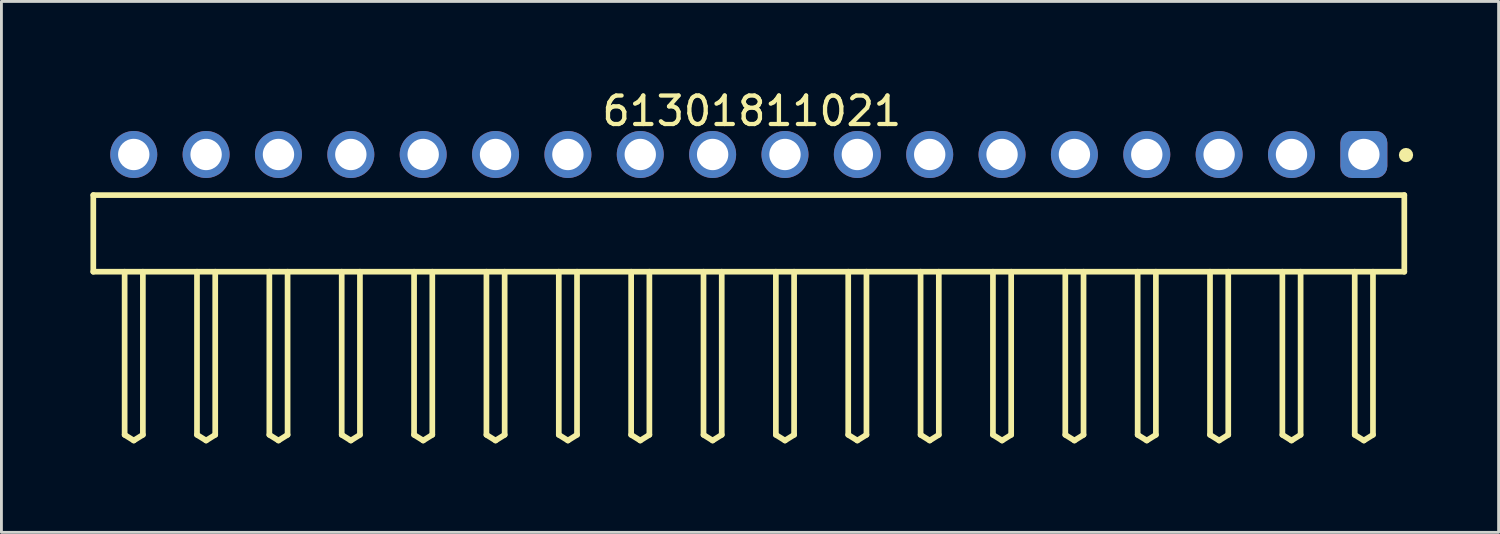
<source format=kicad_pcb>
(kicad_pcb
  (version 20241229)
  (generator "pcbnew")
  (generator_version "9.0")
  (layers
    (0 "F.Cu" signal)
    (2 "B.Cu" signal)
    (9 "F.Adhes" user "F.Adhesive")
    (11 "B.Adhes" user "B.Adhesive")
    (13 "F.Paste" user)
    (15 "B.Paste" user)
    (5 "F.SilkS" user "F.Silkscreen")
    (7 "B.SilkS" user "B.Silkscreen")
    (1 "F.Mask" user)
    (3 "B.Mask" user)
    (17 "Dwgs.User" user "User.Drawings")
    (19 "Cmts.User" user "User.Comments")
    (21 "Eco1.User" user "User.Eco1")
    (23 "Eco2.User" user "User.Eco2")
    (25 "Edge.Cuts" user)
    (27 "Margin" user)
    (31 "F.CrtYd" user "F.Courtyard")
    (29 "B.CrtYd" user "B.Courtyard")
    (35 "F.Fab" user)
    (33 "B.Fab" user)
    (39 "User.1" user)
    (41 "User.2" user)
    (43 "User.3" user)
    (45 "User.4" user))
  (footprint "61301811021"
    (layer "F.Cu")
    (at 23.235 5.143)
    (property "Reference" "61301811021" (at 0.105 -4.295 0) (layer "F.SilkS") (effects (font (size 1 1) (thickness 0.15))))
    (fp_line (start -23.01 -1.345) (end 23.01 -1.345) (stroke (width 0.2) (type solid)) (layer "F.SilkS"))
    (fp_line (start -23.01 1.345) (end -23.01 -1.345) (stroke (width 0.2) (type solid)) (layer "F.SilkS"))
    (fp_line (start -23.01 1.345) (end 23.01 1.345) (stroke (width 0.2) (type solid)) (layer "F.SilkS"))
    (fp_line (start -21.91 7.07) (end -21.91 1.345) (stroke (width 0.2) (type solid)) (layer "F.SilkS"))
    (fp_line (start -21.91 7.07) (end -21.59 7.27) (stroke (width 0.2) (type solid)) (layer "F.SilkS"))
    (fp_line (start -21.59 7.27) (end -21.27 7.07) (stroke (width 0.2) (type solid)) (layer "F.SilkS"))
    (fp_line (start -21.27 7.07) (end -21.27 1.345) (stroke (width 0.2) (type solid)) (layer "F.SilkS"))
    (fp_line (start -19.37 7.07) (end -19.37 1.345) (stroke (width 0.2) (type solid)) (layer "F.SilkS"))
    (fp_line (start -19.37 7.07) (end -19.05 7.27) (stroke (width 0.2) (type solid)) (layer "F.SilkS"))
    (fp_line (start -19.05 7.27) (end -18.73 7.07) (stroke (width 0.2) (type solid)) (layer "F.SilkS"))
    (fp_line (start -18.73 7.07) (end -18.73 1.345) (stroke (width 0.2) (type solid)) (layer "F.SilkS"))
    (fp_line (start -16.83 7.07) (end -16.83 1.345) (stroke (width 0.2) (type solid)) (layer "F.SilkS"))
    (fp_line (start -16.83 7.07) (end -16.51 7.27) (stroke (width 0.2) (type solid)) (layer "F.SilkS"))
    (fp_line (start -16.51 7.27) (end -16.19 7.07) (stroke (width 0.2) (type solid)) (layer "F.SilkS"))
    (fp_line (start -16.19 7.07) (end -16.19 1.345) (stroke (width 0.2) (type solid)) (layer "F.SilkS"))
    (fp_line (start -14.29 7.07) (end -14.29 1.345) (stroke (width 0.2) (type solid)) (layer "F.SilkS"))
    (fp_line (start -14.29 7.07) (end -13.97 7.27) (stroke (width 0.2) (type solid)) (layer "F.SilkS"))
    (fp_line (start -13.97 7.27) (end -13.65 7.07) (stroke (width 0.2) (type solid)) (layer "F.SilkS"))
    (fp_line (start -13.65 7.07) (end -13.65 1.345) (stroke (width 0.2) (type solid)) (layer "F.SilkS"))
    (fp_line (start -11.75 7.07) (end -11.75 1.345) (stroke (width 0.2) (type solid)) (layer "F.SilkS"))
    (fp_line (start -11.75 7.07) (end -11.43 7.27) (stroke (width 0.2) (type solid)) (layer "F.SilkS"))
    (fp_line (start -11.43 7.27) (end -11.11 7.07) (stroke (width 0.2) (type solid)) (layer "F.SilkS"))
    (fp_line (start -11.11 7.07) (end -11.11 1.345) (stroke (width 0.2) (type solid)) (layer "F.SilkS"))
    (fp_line (start -9.21 7.07) (end -9.21 1.345) (stroke (width 0.2) (type solid)) (layer "F.SilkS"))
    (fp_line (start -9.21 7.07) (end -8.89 7.27) (stroke (width 0.2) (type solid)) (layer "F.SilkS"))
    (fp_line (start -8.89 7.27) (end -8.57 7.07) (stroke (width 0.2) (type solid)) (layer "F.SilkS"))
    (fp_line (start -8.57 7.07) (end -8.57 1.345) (stroke (width 0.2) (type solid)) (layer "F.SilkS"))
    (fp_line (start -6.67 7.07) (end -6.67 1.345) (stroke (width 0.2) (type solid)) (layer "F.SilkS"))
    (fp_line (start -6.67 7.07) (end -6.35 7.27) (stroke (width 0.2) (type solid)) (layer "F.SilkS"))
    (fp_line (start -6.35 7.27) (end -6.03 7.07) (stroke (width 0.2) (type solid)) (layer "F.SilkS"))
    (fp_line (start -6.03 7.07) (end -6.03 1.345) (stroke (width 0.2) (type solid)) (layer "F.SilkS"))
    (fp_line (start -4.13 7.07) (end -4.13 1.345) (stroke (width 0.2) (type solid)) (layer "F.SilkS"))
    (fp_line (start -4.13 7.07) (end -3.81 7.27) (stroke (width 0.2) (type solid)) (layer "F.SilkS"))
    (fp_line (start -3.81 7.27) (end -3.49 7.07) (stroke (width 0.2) (type solid)) (layer "F.SilkS"))
    (fp_line (start -3.49 7.07) (end -3.49 1.345) (stroke (width 0.2) (type solid)) (layer "F.SilkS"))
    (fp_line (start -1.59 7.07) (end -1.59 1.345) (stroke (width 0.2) (type solid)) (layer "F.SilkS"))
    (fp_line (start -1.59 7.07) (end -1.27 7.27) (stroke (width 0.2) (type solid)) (layer "F.SilkS"))
    (fp_line (start -1.27 7.27) (end -0.95 7.07) (stroke (width 0.2) (type solid)) (layer "F.SilkS"))
    (fp_line (start -0.95 7.07) (end -0.95 1.345) (stroke (width 0.2) (type solid)) (layer "F.SilkS"))
    (fp_line (start 0.95 7.07) (end 0.95 1.345) (stroke (width 0.2) (type solid)) (layer "F.SilkS"))
    (fp_line (start 0.95 7.07) (end 1.27 7.27) (stroke (width 0.2) (type solid)) (layer "F.SilkS"))
    (fp_line (start 1.27 7.27) (end 1.59 7.07) (stroke (width 0.2) (type solid)) (layer "F.SilkS"))
    (fp_line (start 1.59 7.07) (end 1.59 1.345) (stroke (width 0.2) (type solid)) (layer "F.SilkS"))
    (fp_line (start 3.49 7.07) (end 3.49 1.345) (stroke (width 0.2) (type solid)) (layer "F.SilkS"))
    (fp_line (start 3.49 7.07) (end 3.81 7.27) (stroke (width 0.2) (type solid)) (layer "F.SilkS"))
    (fp_line (start 3.81 7.27) (end 4.13 7.07) (stroke (width 0.2) (type solid)) (layer "F.SilkS"))
    (fp_line (start 4.13 7.07) (end 4.13 1.345) (stroke (width 0.2) (type solid)) (layer "F.SilkS"))
    (fp_line (start 6.03 7.07) (end 6.03 1.345) (stroke (width 0.2) (type solid)) (layer "F.SilkS"))
    (fp_line (start 6.03 7.07) (end 6.35 7.27) (stroke (width 0.2) (type solid)) (layer "F.SilkS"))
    (fp_line (start 6.35 7.27) (end 6.67 7.07) (stroke (width 0.2) (type solid)) (layer "F.SilkS"))
    (fp_line (start 6.67 7.07) (end 6.67 1.345) (stroke (width 0.2) (type solid)) (layer "F.SilkS"))
    (fp_line (start 8.57 7.07) (end 8.57 1.345) (stroke (width 0.2) (type solid)) (layer "F.SilkS"))
    (fp_line (start 8.57 7.07) (end 8.89 7.27) (stroke (width 0.2) (type solid)) (layer "F.SilkS"))
    (fp_line (start 8.89 7.27) (end 9.21 7.07) (stroke (width 0.2) (type solid)) (layer "F.SilkS"))
    (fp_line (start 9.21 7.07) (end 9.21 1.345) (stroke (width 0.2) (type solid)) (layer "F.SilkS"))
    (fp_line (start 11.11 7.07) (end 11.11 1.345) (stroke (width 0.2) (type solid)) (layer "F.SilkS"))
    (fp_line (start 11.11 7.07) (end 11.43 7.27) (stroke (width 0.2) (type solid)) (layer "F.SilkS"))
    (fp_line (start 11.43 7.27) (end 11.75 7.07) (stroke (width 0.2) (type solid)) (layer "F.SilkS"))
    (fp_line (start 11.75 7.07) (end 11.75 1.345) (stroke (width 0.2) (type solid)) (layer "F.SilkS"))
    (fp_line (start 13.65 7.07) (end 13.65 1.345) (stroke (width 0.2) (type solid)) (layer "F.SilkS"))
    (fp_line (start 13.65 7.07) (end 13.97 7.27) (stroke (width 0.2) (type solid)) (layer "F.SilkS"))
    (fp_line (start 13.97 7.27) (end 14.29 7.07) (stroke (width 0.2) (type solid)) (layer "F.SilkS"))
    (fp_line (start 14.29 7.07) (end 14.29 1.345) (stroke (width 0.2) (type solid)) (layer "F.SilkS"))
    (fp_line (start 16.19 7.07) (end 16.19 1.345) (stroke (width 0.2) (type solid)) (layer "F.SilkS"))
    (fp_line (start 16.19 7.07) (end 16.51 7.27) (stroke (width 0.2) (type solid)) (layer "F.SilkS"))
    (fp_line (start 16.51 7.27) (end 16.83 7.07) (stroke (width 0.2) (type solid)) (layer "F.SilkS"))
    (fp_line (start 16.83 7.07) (end 16.83 1.345) (stroke (width 0.2) (type solid)) (layer "F.SilkS"))
    (fp_line (start 18.73 7.07) (end 18.73 1.345) (stroke (width 0.2) (type solid)) (layer "F.SilkS"))
    (fp_line (start 18.73 7.07) (end 19.05 7.27) (stroke (width 0.2) (type solid)) (layer "F.SilkS"))
    (fp_line (start 19.05 7.27) (end 19.37 7.07) (stroke (width 0.2) (type solid)) (layer "F.SilkS"))
    (fp_line (start 19.37 7.07) (end 19.37 1.345) (stroke (width 0.2) (type solid)) (layer "F.SilkS"))
    (fp_line (start 21.27 7.07) (end 21.27 1.345) (stroke (width 0.2) (type solid)) (layer "F.SilkS"))
    (fp_line (start 21.27 7.07) (end 21.59 7.27) (stroke (width 0.2) (type solid)) (layer "F.SilkS"))
    (fp_line (start 21.59 7.27) (end 21.91 7.07) (stroke (width 0.2) (type solid)) (layer "F.SilkS"))
    (fp_line (start 21.91 7.07) (end 21.91 1.345) (stroke (width 0.2) (type solid)) (layer "F.SilkS"))
    (fp_line (start 23.01 1.345) (end 23.01 -1.345) (stroke (width 0.2) (type solid)) (layer "F.SilkS"))
    (fp_circle (center 23.07 -2.75) (end 23.07 -2.875) (stroke (width 0.25) (type solid)) (fill no) (layer "F.SilkS"))
    (fp_line (start -23.21 -3.795) (end 23.21 -3.795) (stroke (width 0.05) (type solid)) (layer "Eco2.User"))
    (fp_line (start -23.21 7.47) (end -23.21 -3.795) (stroke (width 0.05) (type solid)) (layer "Eco2.User"))
    (fp_line (start -23.21 7.47) (end 23.21 7.47) (stroke (width 0.05) (type solid)) (layer "Eco2.User"))
    (fp_line (start -22.86 -1.27) (end 22.86 -1.27) (stroke (width 0.1) (type solid)) (layer "Eco2.User"))
    (fp_line (start -22.86 1.27) (end -22.86 -1.27) (stroke (width 0.1) (type solid)) (layer "Eco2.User"))
    (fp_line (start -22.86 1.27) (end 22.86 1.27) (stroke (width 0.1) (type solid)) (layer "Eco2.User"))
    (fp_line (start -21.91 -3.09) (end -21.27 -3.09) (stroke (width 0.1) (type solid)) (layer "Eco2.User"))
    (fp_line (start -21.91 -1.27) (end -21.91 -3.09) (stroke (width 0.1) (type solid)) (layer "Eco2.User"))
    (fp_line (start -21.91 7.07) (end -21.91 1.27) (stroke (width 0.1) (type solid)) (layer "Eco2.User"))
    (fp_line (start -21.91 7.07) (end -21.59 7.27) (stroke (width 0.1) (type solid)) (layer "Eco2.User"))
    (fp_line (start -21.59 7.27) (end -21.27 7.07) (stroke (width 0.1) (type solid)) (layer "Eco2.User"))
    (fp_line (start -21.27 -1.27) (end -21.27 -3.09) (stroke (width 0.1) (type solid)) (layer "Eco2.User"))
    (fp_line (start -21.27 7.07) (end -21.27 1.27) (stroke (width 0.1) (type solid)) (layer "Eco2.User"))
    (fp_line (start -19.37 -3.09) (end -18.73 -3.09) (stroke (width 0.1) (type solid)) (layer "Eco2.User"))
    (fp_line (start -19.37 -1.27) (end -19.37 -3.09) (stroke (width 0.1) (type solid)) (layer "Eco2.User"))
    (fp_line (start -19.37 7.07) (end -19.37 1.27) (stroke (width 0.1) (type solid)) (layer "Eco2.User"))
    (fp_line (start -19.37 7.07) (end -19.05 7.27) (stroke (width 0.1) (type solid)) (layer "Eco2.User"))
    (fp_line (start -19.05 7.27) (end -18.73 7.07) (stroke (width 0.1) (type solid)) (layer "Eco2.User"))
    (fp_line (start -18.73 -1.27) (end -18.73 -3.09) (stroke (width 0.1) (type solid)) (layer "Eco2.User"))
    (fp_line (start -18.73 7.07) (end -18.73 1.27) (stroke (width 0.1) (type solid)) (layer "Eco2.User"))
    (fp_line (start -16.83 -3.09) (end -16.19 -3.09) (stroke (width 0.1) (type solid)) (layer "Eco2.User"))
    (fp_line (start -16.83 -1.27) (end -16.83 -3.09) (stroke (width 0.1) (type solid)) (layer "Eco2.User"))
    (fp_line (start -16.83 7.07) (end -16.83 1.27) (stroke (width 0.1) (type solid)) (layer "Eco2.User"))
    (fp_line (start -16.83 7.07) (end -16.51 7.27) (stroke (width 0.1) (type solid)) (layer "Eco2.User"))
    (fp_line (start -16.51 7.27) (end -16.19 7.07) (stroke (width 0.1) (type solid)) (layer "Eco2.User"))
    (fp_line (start -16.19 -1.27) (end -16.19 -3.09) (stroke (width 0.1) (type solid)) (layer "Eco2.User"))
    (fp_line (start -16.19 7.07) (end -16.19 1.27) (stroke (width 0.1) (type solid)) (layer "Eco2.User"))
    (fp_line (start -14.29 -3.09) (end -13.65 -3.09) (stroke (width 0.1) (type solid)) (layer "Eco2.User"))
    (fp_line (start -14.29 -1.27) (end -14.29 -3.09) (stroke (width 0.1) (type solid)) (layer "Eco2.User"))
    (fp_line (start -14.29 7.07) (end -14.29 1.27) (stroke (width 0.1) (type solid)) (layer "Eco2.User"))
    (fp_line (start -14.29 7.07) (end -13.97 7.27) (stroke (width 0.1) (type solid)) (layer "Eco2.User"))
    (fp_line (start -13.97 7.27) (end -13.65 7.07) (stroke (width 0.1) (type solid)) (layer "Eco2.User"))
    (fp_line (start -13.65 -1.27) (end -13.65 -3.09) (stroke (width 0.1) (type solid)) (layer "Eco2.User"))
    (fp_line (start -13.65 7.07) (end -13.65 1.27) (stroke (width 0.1) (type solid)) (layer "Eco2.User"))
    (fp_line (start -11.75 -3.09) (end -11.11 -3.09) (stroke (width 0.1) (type solid)) (layer "Eco2.User"))
    (fp_line (start -11.75 -1.27) (end -11.75 -3.09) (stroke (width 0.1) (type solid)) (layer "Eco2.User"))
    (fp_line (start -11.75 7.07) (end -11.75 1.27) (stroke (width 0.1) (type solid)) (layer "Eco2.User"))
    (fp_line (start -11.75 7.07) (end -11.43 7.27) (stroke (width 0.1) (type solid)) (layer "Eco2.User"))
    (fp_line (start -11.43 7.27) (end -11.11 7.07) (stroke (width 0.1) (type solid)) (layer "Eco2.User"))
    (fp_line (start -11.11 -1.27) (end -11.11 -3.09) (stroke (width 0.1) (type solid)) (layer "Eco2.User"))
    (fp_line (start -11.11 7.07) (end -11.11 1.27) (stroke (width 0.1) (type solid)) (layer "Eco2.User"))
    (fp_line (start -9.21 -3.09) (end -8.57 -3.09) (stroke (width 0.1) (type solid)) (layer "Eco2.User"))
    (fp_line (start -9.21 -1.27) (end -9.21 -3.09) (stroke (width 0.1) (type solid)) (layer "Eco2.User"))
    (fp_line (start -9.21 7.07) (end -9.21 1.27) (stroke (width 0.1) (type solid)) (layer "Eco2.User"))
    (fp_line (start -9.21 7.07) (end -8.89 7.27) (stroke (width 0.1) (type solid)) (layer "Eco2.User"))
    (fp_line (start -8.89 7.27) (end -8.57 7.07) (stroke (width 0.1) (type solid)) (layer "Eco2.User"))
    (fp_line (start -8.57 -1.27) (end -8.57 -3.09) (stroke (width 0.1) (type solid)) (layer "Eco2.User"))
    (fp_line (start -8.57 7.07) (end -8.57 1.27) (stroke (width 0.1) (type solid)) (layer "Eco2.User"))
    (fp_line (start -6.67 -3.09) (end -6.03 -3.09) (stroke (width 0.1) (type solid)) (layer "Eco2.User"))
    (fp_line (start -6.67 -1.27) (end -6.67 -3.09) (stroke (width 0.1) (type solid)) (layer "Eco2.User"))
    (fp_line (start -6.67 7.07) (end -6.67 1.27) (stroke (width 0.1) (type solid)) (layer "Eco2.User"))
    (fp_line (start -6.67 7.07) (end -6.35 7.27) (stroke (width 0.1) (type solid)) (layer "Eco2.User"))
    (fp_line (start -6.35 7.27) (end -6.03 7.07) (stroke (width 0.1) (type solid)) (layer "Eco2.User"))
    (fp_line (start -6.03 -1.27) (end -6.03 -3.09) (stroke (width 0.1) (type solid)) (layer "Eco2.User"))
    (fp_line (start -6.03 7.07) (end -6.03 1.27) (stroke (width 0.1) (type solid)) (layer "Eco2.User"))
    (fp_line (start -4.13 -3.09) (end -3.49 -3.09) (stroke (width 0.1) (type solid)) (layer "Eco2.User"))
    (fp_line (start -4.13 -1.27) (end -4.13 -3.09) (stroke (width 0.1) (type solid)) (layer "Eco2.User"))
    (fp_line (start -4.13 7.07) (end -4.13 1.27) (stroke (width 0.1) (type solid)) (layer "Eco2.User"))
    (fp_line (start -4.13 7.07) (end -3.81 7.27) (stroke (width 0.1) (type solid)) (layer "Eco2.User"))
    (fp_line (start -3.81 7.27) (end -3.49 7.07) (stroke (width 0.1) (type solid)) (layer "Eco2.User"))
    (fp_line (start -3.49 -1.27) (end -3.49 -3.09) (stroke (width 0.1) (type solid)) (layer "Eco2.User"))
    (fp_line (start -3.49 7.07) (end -3.49 1.27) (stroke (width 0.1) (type solid)) (layer "Eco2.User"))
    (fp_line (start -1.59 -3.09) (end -0.95 -3.09) (stroke (width 0.1) (type solid)) (layer "Eco2.User"))
    (fp_line (start -1.59 -1.27) (end -1.59 -3.09) (stroke (width 0.1) (type solid)) (layer "Eco2.User"))
    (fp_line (start -1.59 7.07) (end -1.59 1.27) (stroke (width 0.1) (type solid)) (layer "Eco2.User"))
    (fp_line (start -1.59 7.07) (end -1.27 7.27) (stroke (width 0.1) (type solid)) (layer "Eco2.User"))
    (fp_line (start -1.27 7.27) (end -0.95 7.07) (stroke (width 0.1) (type solid)) (layer "Eco2.User"))
    (fp_line (start -0.95 -1.27) (end -0.95 -3.09) (stroke (width 0.1) (type solid)) (layer "Eco2.User"))
    (fp_line (start -0.95 7.07) (end -0.95 1.27) (stroke (width 0.1) (type solid)) (layer "Eco2.User"))
    (fp_line (start -0.5 0) (end 0.5 0) (stroke (width 0.05) (type solid)) (layer "Eco2.User"))
    (fp_line (start 0 0.5) (end 0 -0.5) (stroke (width 0.05) (type solid)) (layer "Eco2.User"))
    (fp_line (start 0.95 -3.09) (end 1.59 -3.09) (stroke (width 0.1) (type solid)) (layer "Eco2.User"))
    (fp_line (start 0.95 -1.27) (end 0.95 -3.09) (stroke (width 0.1) (type solid)) (layer "Eco2.User"))
    (fp_line (start 0.95 7.07) (end 0.95 1.27) (stroke (width 0.1) (type solid)) (layer "Eco2.User"))
    (fp_line (start 0.95 7.07) (end 1.27 7.27) (stroke (width 0.1) (type solid)) (layer "Eco2.User"))
    (fp_line (start 1.27 7.27) (end 1.59 7.07) (stroke (width 0.1) (type solid)) (layer "Eco2.User"))
    (fp_line (start 1.59 -1.27) (end 1.59 -3.09) (stroke (width 0.1) (type solid)) (layer "Eco2.User"))
    (fp_line (start 1.59 7.07) (end 1.59 1.27) (stroke (width 0.1) (type solid)) (layer "Eco2.User"))
    (fp_line (start 3.49 -3.09) (end 4.13 -3.09) (stroke (width 0.1) (type solid)) (layer "Eco2.User"))
    (fp_line (start 3.49 -1.27) (end 3.49 -3.09) (stroke (width 0.1) (type solid)) (layer "Eco2.User"))
    (fp_line (start 3.49 7.07) (end 3.49 1.27) (stroke (width 0.1) (type solid)) (layer "Eco2.User"))
    (fp_line (start 3.49 7.07) (end 3.81 7.27) (stroke (width 0.1) (type solid)) (layer "Eco2.User"))
    (fp_line (start 3.81 7.27) (end 4.13 7.07) (stroke (width 0.1) (type solid)) (layer "Eco2.User"))
    (fp_line (start 4.13 -1.27) (end 4.13 -3.09) (stroke (width 0.1) (type solid)) (layer "Eco2.User"))
    (fp_line (start 4.13 7.07) (end 4.13 1.27) (stroke (width 0.1) (type solid)) (layer "Eco2.User"))
    (fp_line (start 6.03 -3.09) (end 6.67 -3.09) (stroke (width 0.1) (type solid)) (layer "Eco2.User"))
    (fp_line (start 6.03 -1.27) (end 6.03 -3.09) (stroke (width 0.1) (type solid)) (layer "Eco2.User"))
    (fp_line (start 6.03 7.07) (end 6.03 1.27) (stroke (width 0.1) (type solid)) (layer "Eco2.User"))
    (fp_line (start 6.03 7.07) (end 6.35 7.27) (stroke (width 0.1) (type solid)) (layer "Eco2.User"))
    (fp_line (start 6.35 7.27) (end 6.67 7.07) (stroke (width 0.1) (type solid)) (layer "Eco2.User"))
    (fp_line (start 6.67 -1.27) (end 6.67 -3.09) (stroke (width 0.1) (type solid)) (layer "Eco2.User"))
    (fp_line (start 6.67 7.07) (end 6.67 1.27) (stroke (width 0.1) (type solid)) (layer "Eco2.User"))
    (fp_line (start 8.57 -3.09) (end 9.21 -3.09) (stroke (width 0.1) (type solid)) (layer "Eco2.User"))
    (fp_line (start 8.57 -1.27) (end 8.57 -3.09) (stroke (width 0.1) (type solid)) (layer "Eco2.User"))
    (fp_line (start 8.57 7.07) (end 8.57 1.27) (stroke (width 0.1) (type solid)) (layer "Eco2.User"))
    (fp_line (start 8.57 7.07) (end 8.89 7.27) (stroke (width 0.1) (type solid)) (layer "Eco2.User"))
    (fp_line (start 8.89 7.27) (end 9.21 7.07) (stroke (width 0.1) (type solid)) (layer "Eco2.User"))
    (fp_line (start 9.21 -1.27) (end 9.21 -3.09) (stroke (width 0.1) (type solid)) (layer "Eco2.User"))
    (fp_line (start 9.21 7.07) (end 9.21 1.27) (stroke (width 0.1) (type solid)) (layer "Eco2.User"))
    (fp_line (start 11.11 -3.09) (end 11.75 -3.09) (stroke (width 0.1) (type solid)) (layer "Eco2.User"))
    (fp_line (start 11.11 -1.27) (end 11.11 -3.09) (stroke (width 0.1) (type solid)) (layer "Eco2.User"))
    (fp_line (start 11.11 7.07) (end 11.11 1.27) (stroke (width 0.1) (type solid)) (layer "Eco2.User"))
    (fp_line (start 11.11 7.07) (end 11.43 7.27) (stroke (width 0.1) (type solid)) (layer "Eco2.User"))
    (fp_line (start 11.43 7.27) (end 11.75 7.07) (stroke (width 0.1) (type solid)) (layer "Eco2.User"))
    (fp_line (start 11.75 -1.27) (end 11.75 -3.09) (stroke (width 0.1) (type solid)) (layer "Eco2.User"))
    (fp_line (start 11.75 7.07) (end 11.75 1.27) (stroke (width 0.1) (type solid)) (layer "Eco2.User"))
    (fp_line (start 13.65 -3.09) (end 14.29 -3.09) (stroke (width 0.1) (type solid)) (layer "Eco2.User"))
    (fp_line (start 13.65 -1.27) (end 13.65 -3.09) (stroke (width 0.1) (type solid)) (layer "Eco2.User"))
    (fp_line (start 13.65 7.07) (end 13.65 1.27) (stroke (width 0.1) (type solid)) (layer "Eco2.User"))
    (fp_line (start 13.65 7.07) (end 13.97 7.27) (stroke (width 0.1) (type solid)) (layer "Eco2.User"))
    (fp_line (start 13.97 7.27) (end 14.29 7.07) (stroke (width 0.1) (type solid)) (layer "Eco2.User"))
    (fp_line (start 14.29 -1.27) (end 14.29 -3.09) (stroke (width 0.1) (type solid)) (layer "Eco2.User"))
    (fp_line (start 14.29 7.07) (end 14.29 1.27) (stroke (width 0.1) (type solid)) (layer "Eco2.User"))
    (fp_line (start 16.19 -3.09) (end 16.83 -3.09) (stroke (width 0.1) (type solid)) (layer "Eco2.User"))
    (fp_line (start 16.19 -1.27) (end 16.19 -3.09) (stroke (width 0.1) (type solid)) (layer "Eco2.User"))
    (fp_line (start 16.19 7.07) (end 16.19 1.27) (stroke (width 0.1) (type solid)) (layer "Eco2.User"))
    (fp_line (start 16.19 7.07) (end 16.51 7.27) (stroke (width 0.1) (type solid)) (layer "Eco2.User"))
    (fp_line (start 16.51 7.27) (end 16.83 7.07) (stroke (width 0.1) (type solid)) (layer "Eco2.User"))
    (fp_line (start 16.83 -1.27) (end 16.83 -3.09) (stroke (width 0.1) (type solid)) (layer "Eco2.User"))
    (fp_line (start 16.83 7.07) (end 16.83 1.27) (stroke (width 0.1) (type solid)) (layer "Eco2.User"))
    (fp_line (start 18.73 -3.09) (end 19.37 -3.09) (stroke (width 0.1) (type solid)) (layer "Eco2.User"))
    (fp_line (start 18.73 -1.27) (end 18.73 -3.09) (stroke (width 0.1) (type solid)) (layer "Eco2.User"))
    (fp_line (start 18.73 7.07) (end 18.73 1.27) (stroke (width 0.1) (type solid)) (layer "Eco2.User"))
    (fp_line (start 18.73 7.07) (end 19.05 7.27) (stroke (width 0.1) (type solid)) (layer "Eco2.User"))
    (fp_line (start 19.05 7.27) (end 19.37 7.07) (stroke (width 0.1) (type solid)) (layer "Eco2.User"))
    (fp_line (start 19.37 -1.27) (end 19.37 -3.09) (stroke (width 0.1) (type solid)) (layer "Eco2.User"))
    (fp_line (start 19.37 7.07) (end 19.37 1.27) (stroke (width 0.1) (type solid)) (layer "Eco2.User"))
    (fp_line (start 21.27 -3.09) (end 21.91 -3.09) (stroke (width 0.1) (type solid)) (layer "Eco2.User"))
    (fp_line (start 21.27 -1.27) (end 21.27 -3.09) (stroke (width 0.1) (type solid)) (layer "Eco2.User"))
    (fp_line (start 21.27 7.07) (end 21.27 1.27) (stroke (width 0.1) (type solid)) (layer "Eco2.User"))
    (fp_line (start 21.27 7.07) (end 21.59 7.27) (stroke (width 0.1) (type solid)) (layer "Eco2.User"))
    (fp_line (start 21.59 7.27) (end 21.91 7.07) (stroke (width 0.1) (type solid)) (layer "Eco2.User"))
    (fp_line (start 21.91 -1.27) (end 21.91 -3.09) (stroke (width 0.1) (type solid)) (layer "Eco2.User"))
    (fp_line (start 21.91 7.07) (end 21.91 1.27) (stroke (width 0.1) (type solid)) (layer "Eco2.User"))
    (fp_line (start 22.86 1.27) (end 22.86 -1.27) (stroke (width 0.1) (type solid)) (layer "Eco2.User"))
    (fp_line (start 23.21 7.47) (end 23.21 -3.795) (stroke (width 0.05) (type solid)) (layer "Eco2.User"))
    (fp_text user "${REFERENCE}" (at 0.15 -0.197 0) (unlocked yes) (layer "User.3") (effects (font (size 1.5 1.5) (thickness 0.15))))
    (pad "1" thru_hole roundrect (at 21.59 -2.77) (size 1.65 1.65) (drill 1.1) (layers "*.Cu" "*.Mask") (roundrect_rratio 0.25))
    (pad "2" thru_hole circle (at 19.05 -2.77) (size 1.65 1.65) (drill 1.1) (layers "*.Cu" "*.Mask"))
    (pad "3" thru_hole circle (at 16.51 -2.77) (size 1.65 1.65) (drill 1.1) (layers "*.Cu" "*.Mask"))
    (pad "4" thru_hole circle (at 13.97 -2.77) (size 1.65 1.65) (drill 1.1) (layers "*.Cu" "*.Mask"))
    (pad "5" thru_hole circle (at 11.43 -2.77) (size 1.65 1.65) (drill 1.1) (layers "*.Cu" "*.Mask"))
    (pad "6" thru_hole circle (at 8.89 -2.77) (size 1.65 1.65) (drill 1.1) (layers "*.Cu" "*.Mask"))
    (pad "7" thru_hole circle (at 6.35 -2.77) (size 1.65 1.65) (drill 1.1) (layers "*.Cu" "*.Mask"))
    (pad "8" thru_hole circle (at 3.81 -2.77) (size 1.65 1.65) (drill 1.1) (layers "*.Cu" "*.Mask"))
    (pad "9" thru_hole circle (at 1.27 -2.77) (size 1.65 1.65) (drill 1.1) (layers "*.Cu" "*.Mask"))
    (pad "10" thru_hole circle (at -1.27 -2.77) (size 1.65 1.65) (drill 1.1) (layers "*.Cu" "*.Mask"))
    (pad "11" thru_hole circle (at -3.81 -2.77) (size 1.65 1.65) (drill 1.1) (layers "*.Cu" "*.Mask"))
    (pad "12" thru_hole circle (at -6.35 -2.77) (size 1.65 1.65) (drill 1.1) (layers "*.Cu" "*.Mask"))
    (pad "13" thru_hole circle (at -8.89 -2.77) (size 1.65 1.65) (drill 1.1) (layers "*.Cu" "*.Mask"))
    (pad "14" thru_hole circle (at -11.43 -2.77) (size 1.65 1.65) (drill 1.1) (layers "*.Cu" "*.Mask"))
    (pad "15" thru_hole circle (at -13.97 -2.77) (size 1.65 1.65) (drill 1.1) (layers "*.Cu" "*.Mask"))
    (pad "16" thru_hole circle (at -16.51 -2.77) (size 1.65 1.65) (drill 1.1) (layers "*.Cu" "*.Mask"))
    (pad "17" thru_hole circle (at -19.05 -2.77) (size 1.65 1.65) (drill 1.1) (layers "*.Cu" "*.Mask"))
    (pad "18" thru_hole circle (at -21.59 -2.77) (size 1.65 1.65) (drill 1.1) (layers "*.Cu" "*.Mask")))
  (gr_rect
    (start -3 -3)
    (end 49.555 15.638)
    (stroke (width 0.1) (type default))
    (fill no)
    (layer "Edge.Cuts")))
</source>
